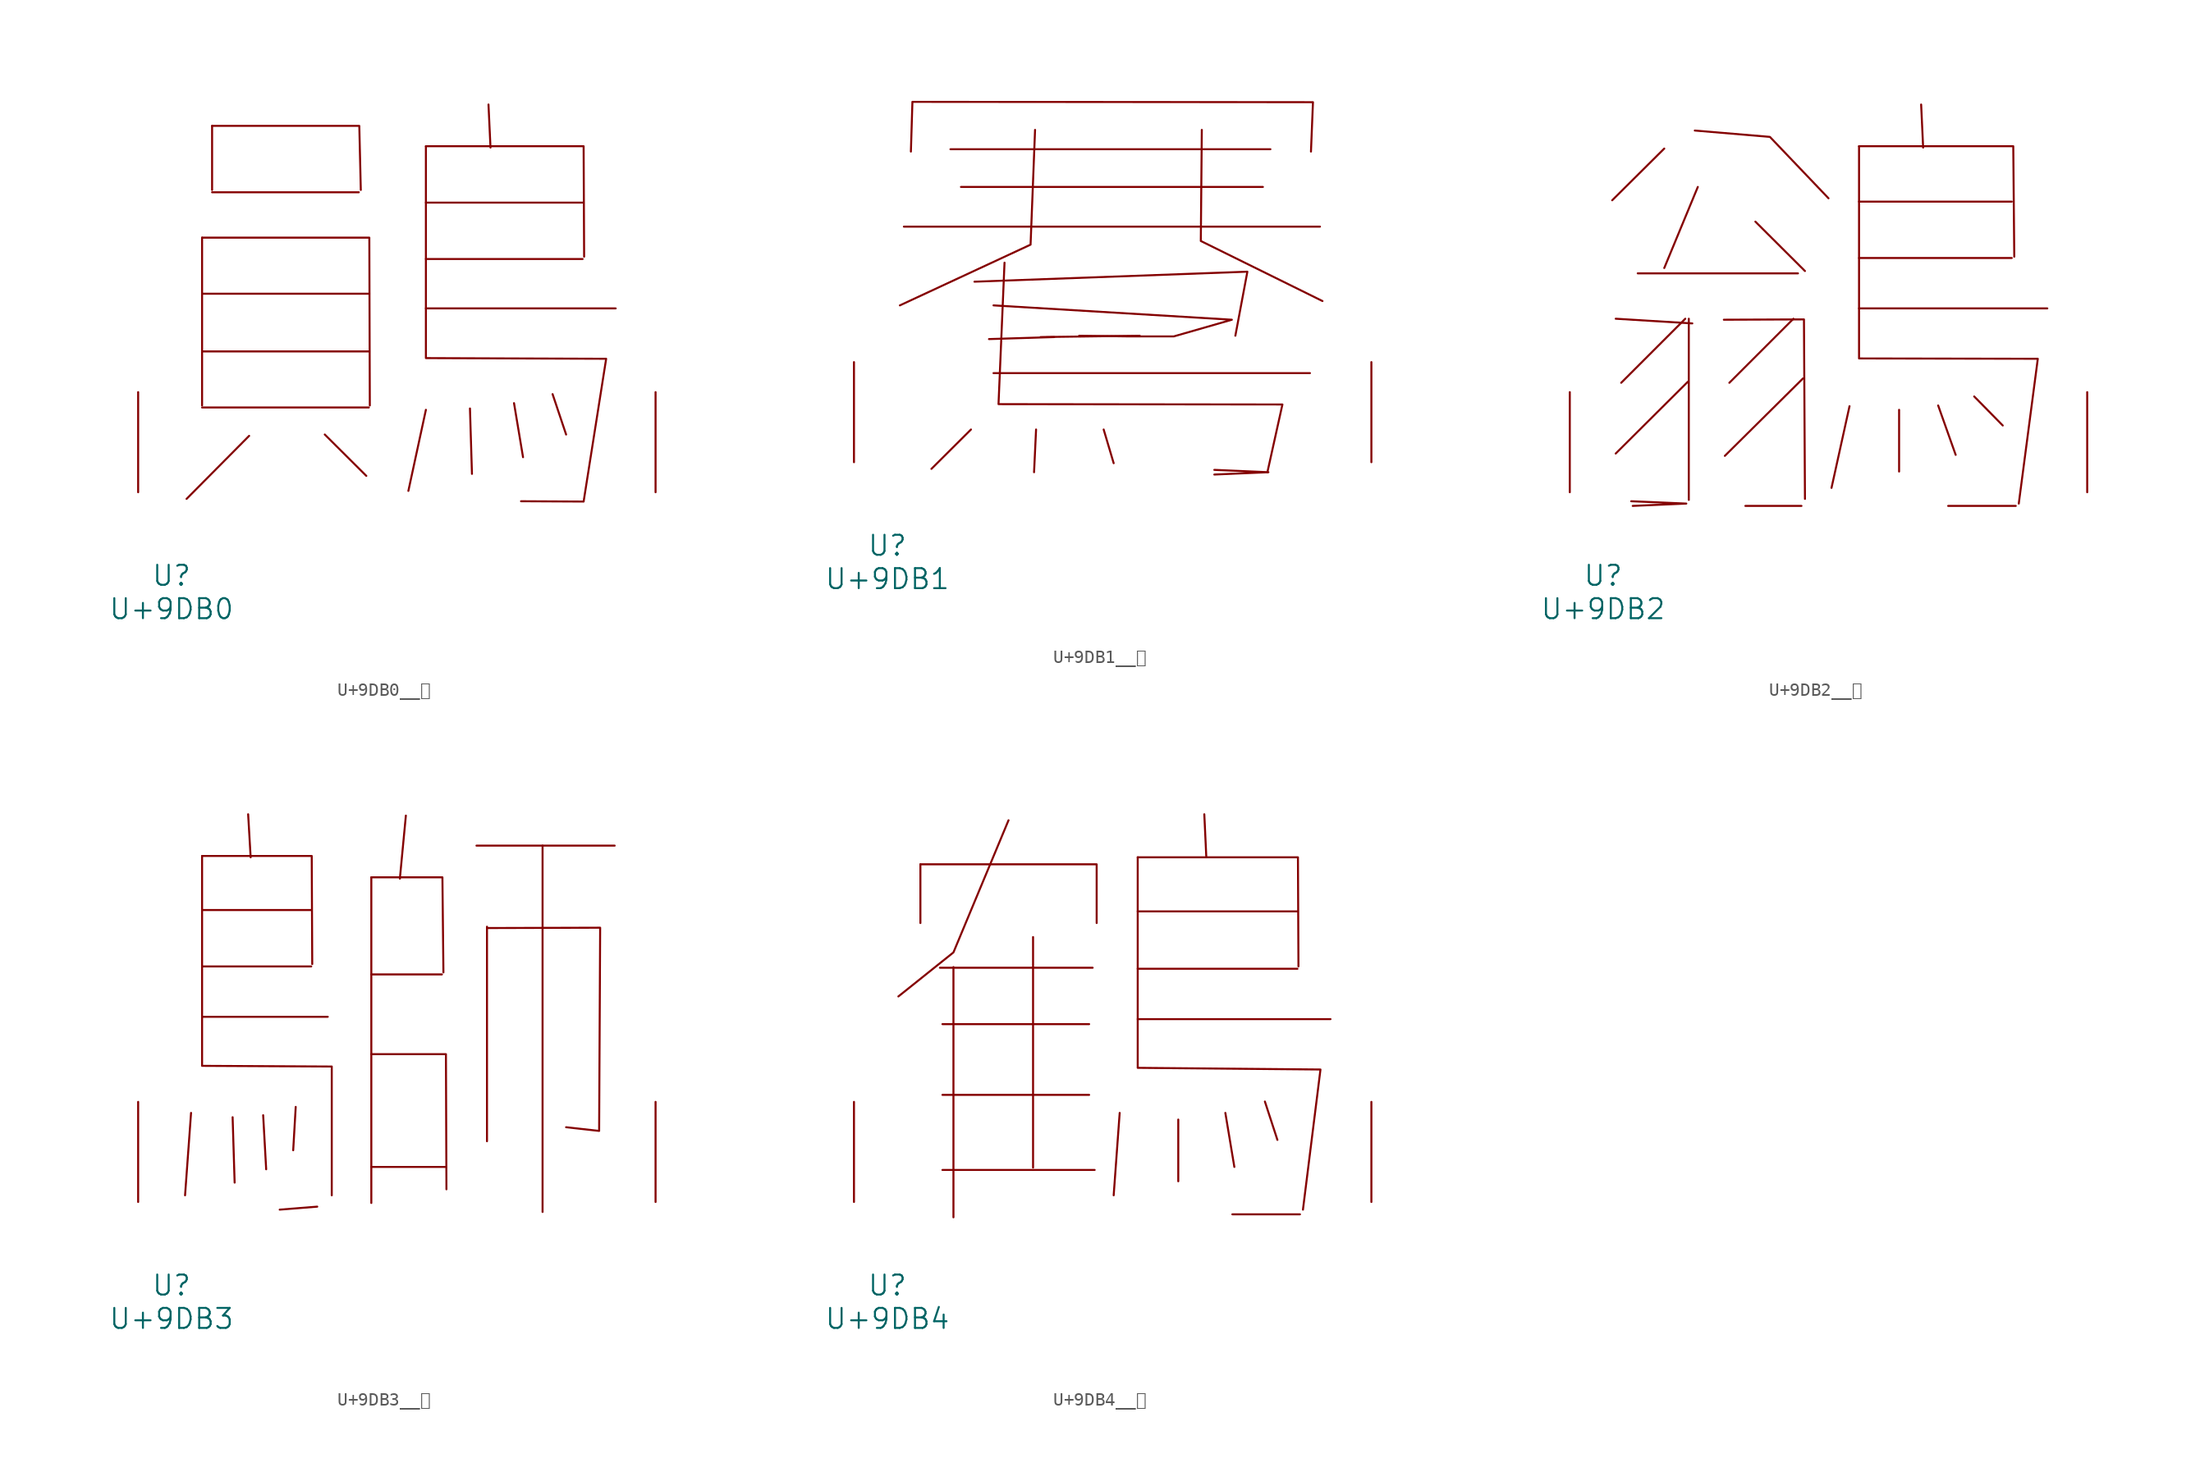
<source format=kicad_sym>
(kicad_symbol_lib
  (version 20231120)
  (generator "kicad_symbol_editor")
  (generator_version "8.0")
  (symbol "U+9DB0__鶰"
    (pin_names
      (offset 1.016))
    (property "Reference" "U"
      (at 0 -6.35 0)
      (effects (font (size 1.524 1.524))))
    (property "Value" "U+9DB0"
      (at 0 -8.89 0)
      (effects (font (size 1.524 1.524))))
    (symbol "U+9DB0__鶰_0_1"
      (polyline (pts (xy 2.324 6.452) (xy 15.011 6.452)) (stroke (width 0) (type solid)) (fill (type none)))
      (polyline (pts (xy 2.324 10.719) (xy 15.011 10.719)) (stroke (width 0) (type solid)) (fill (type none)))
      (polyline (pts (xy 2.324 15.113) (xy 15.011 15.113)) (stroke (width 0) (type solid)) (fill (type none)))
      (polyline (pts (xy 2.324 19.38) (xy 2.324 6.604)) (stroke (width 0) (type solid)) (fill (type none)))
      (polyline (pts (xy 3.086 22.835) (xy 14.249 22.835)) (stroke (width 0) (type solid)) (fill (type none)))
      (polyline (pts (xy 3.086 27.889) (xy 3.086 23.012)) (stroke (width 0) (type solid)) (fill (type none)))
      (polyline (pts (xy 5.905 4.293) (xy 1.143 -0.508)) (stroke (width 0) (type solid)) (fill (type none)))
      (polyline (pts (xy 11.659 4.394) (xy 14.821 1.245)) (stroke (width 0) (type solid)) (fill (type none)))
      (polyline (pts (xy 19.355 6.274) (xy 18.021 0.102)) (stroke (width 0) (type solid)) (fill (type none)))
      (polyline (pts (xy 19.355 13.995) (xy 33.795 13.995)) (stroke (width 0) (type solid)) (fill (type none)))
      (polyline (pts (xy 19.355 17.755) (xy 31.28 17.755)) (stroke (width 0) (type solid)) (fill (type none)))
      (polyline (pts (xy 19.355 22.047) (xy 31.28 22.047)) (stroke (width 0) (type solid)) (fill (type none)))
      (polyline (pts (xy 22.708 6.375) (xy 22.86 1.397)) (stroke (width 0) (type solid)) (fill (type none)))
      (polyline (pts (xy 24.117 29.515) (xy 24.27 26.238)) (stroke (width 0) (type solid)) (fill (type none)))
      (polyline (pts (xy 26.06 6.782) (xy 26.746 2.667)) (stroke (width 0) (type solid)) (fill (type none)))
      (polyline (pts (xy 28.994 7.468) (xy 30.023 4.394)) (stroke (width 0) (type solid)) (fill (type none)))
      (polyline (pts (xy 2.324 19.38) (xy 15.05 19.38) (xy 15.088 6.604)) (stroke (width 0) (type solid)) (fill (type none)))
      (polyline (pts (xy 3.086 27.889) (xy 14.287 27.889) (xy 14.402 23.012)) (stroke (width 0) (type solid)) (fill (type none)))
      (polyline (pts (xy 19.355 26.34) (xy 31.356 26.34) (xy 31.394 17.932)) (stroke (width 0) (type solid)) (fill (type none)))
      (polyline (pts (xy 19.355 26.34) (xy 19.355 10.211) (xy 33.071 10.16) (xy 31.356 -0.711) (xy 26.594 -0.686)) (stroke (width 0) (type solid)) (fill (type none)))
      (pin input line (at -2.54 0 90) (length 7.62) (name "~" (effects (font (size 1.27 1.27)))) (number "~" (effects (font (size 1.27 1.27)))))
      (pin input line (at 36.83 0 90) (length 7.62) (name "~" (effects (font (size 1.27 1.27)))) (number "~" (effects (font (size 1.27 1.27)))))))
  (symbol "U+9DB1__鶱"
    (pin_names
      (offset 1.016))
    (property "Reference" "U"
      (at 0 -6.35 0)
      (effects (font (size 1.524 1.524))))
    (property "Value" "U+9DB1"
      (at 0 -8.89 0)
      (effects (font (size 1.524 1.524))))
    (symbol "U+9DB1__鶱_0_1"
      (polyline (pts (xy 1.257 17.932) (xy 32.918 17.932)) (stroke (width 0) (type solid)) (fill (type none)))
      (polyline (pts (xy 1.905 27.356) (xy 1.791 23.647)) (stroke (width 0) (type solid)) (fill (type none)))
      (polyline (pts (xy 4.801 23.825) (xy 29.146 23.825)) (stroke (width 0) (type solid)) (fill (type none)))
      (polyline (pts (xy 5.601 20.955) (xy 28.575 20.955)) (stroke (width 0) (type solid)) (fill (type none)))
      (polyline (pts (xy 6.363 2.489) (xy 3.353 -0.508)) (stroke (width 0) (type solid)) (fill (type none)))
      (polyline (pts (xy 8.077 6.782) (xy 32.156 6.782)) (stroke (width 0) (type solid)) (fill (type none)))
      (polyline (pts (xy 11.316 2.489) (xy 11.163 -0.762)) (stroke (width 0) (type solid)) (fill (type none)))
      (polyline (pts (xy 12.687 9.525) (xy 7.734 9.373)) (stroke (width 0) (type solid)) (fill (type none)))
      (polyline (pts (xy 16.459 2.489) (xy 17.221 -0.076)) (stroke (width 0) (type solid)) (fill (type none)))
      (polyline (pts (xy 1.905 27.432) (xy 32.385 27.407) (xy 32.233 23.647)) (stroke (width 0) (type solid)) (fill (type none)))
      (polyline (pts (xy 6.629 13.741) (xy 27.394 14.503) (xy 26.48 9.627)) (stroke (width 0) (type solid)) (fill (type none)))
      (polyline (pts (xy 11.239 25.298) (xy 10.897 16.561) (xy 0.953 11.938)) (stroke (width 0) (type solid)) (fill (type none)))
      (polyline (pts (xy 11.659 9.525) (xy 15.431 9.576) (xy 19.202 9.627)) (stroke (width 0) (type solid)) (fill (type none)))
      (polyline (pts (xy 23.927 25.298) (xy 23.851 16.84) (xy 33.109 12.268)) (stroke (width 0) (type solid)) (fill (type none)))
      (polyline (pts (xy 24.879 -0.94) (xy 28.994 -0.762) (xy 24.879 -0.584)) (stroke (width 0) (type solid)) (fill (type none)))
      (polyline (pts (xy 8.915 15.189) (xy 8.458 4.42) (xy 30.061 4.394) (xy 28.918 -0.762)) (stroke (width 0) (type solid)) (fill (type none)))
      (polyline (pts (xy 8.077 11.938) (xy 26.213 10.846) (xy 21.793 9.576) (xy 18.364 9.576) (xy 14.592 9.627)) (stroke (width 0) (type solid)) (fill (type none)))
      (pin input line (at -2.54 0 90) (length 7.62) (name "~" (effects (font (size 1.27 1.27)))) (number "~" (effects (font (size 1.27 1.27)))))
      (pin input line (at 36.83 0 90) (length 7.62) (name "~" (effects (font (size 1.27 1.27)))) (number "~" (effects (font (size 1.27 1.27)))))))
  (symbol "U+9DB2__鶲"
    (pin_names
      (offset 1.016))
    (property "Reference" "U"
      (at 0 -6.35 0)
      (effects (font (size 1.524 1.524))))
    (property "Value" "U+9DB2"
      (at 0 -8.89 0)
      (effects (font (size 1.524 1.524))))
    (symbol "U+9DB2__鶲_0_1"
      (polyline (pts (xy 0.953 13.208) (xy 6.782 12.852)) (stroke (width 0) (type solid)) (fill (type none)))
      (polyline (pts (xy 2.629 16.662) (xy 14.821 16.662)) (stroke (width 0) (type solid)) (fill (type none)))
      (polyline (pts (xy 4.648 26.162) (xy 0.686 22.225)) (stroke (width 0) (type solid)) (fill (type none)))
      (polyline (pts (xy 6.248 13.208) (xy 1.372 8.331)) (stroke (width 0) (type solid)) (fill (type none)))
      (polyline (pts (xy 6.439 8.407) (xy 0.953 2.946)) (stroke (width 0) (type solid)) (fill (type none)))
      (polyline (pts (xy 6.515 13.208) (xy 6.515 -0.584)) (stroke (width 0) (type solid)) (fill (type none)))
      (polyline (pts (xy 7.201 23.241) (xy 4.648 17.069)) (stroke (width 0) (type solid)) (fill (type none)))
      (polyline (pts (xy 10.82 -1.041) (xy 15.088 -1.041)) (stroke (width 0) (type solid)) (fill (type none)))
      (polyline (pts (xy 11.582 20.599) (xy 15.354 16.84)) (stroke (width 0) (type solid)) (fill (type none)))
      (polyline (pts (xy 14.478 13.208) (xy 9.601 8.331)) (stroke (width 0) (type solid)) (fill (type none)))
      (polyline (pts (xy 15.202 8.661) (xy 9.258 2.769)) (stroke (width 0) (type solid)) (fill (type none)))
      (polyline (pts (xy 18.745 6.553) (xy 17.374 0.33)) (stroke (width 0) (type solid)) (fill (type none)))
      (polyline (pts (xy 19.469 13.995) (xy 33.795 13.995)) (stroke (width 0) (type solid)) (fill (type none)))
      (polyline (pts (xy 19.469 17.831) (xy 31.09 17.831)) (stroke (width 0) (type solid)) (fill (type none)))
      (polyline (pts (xy 19.469 22.123) (xy 31.09 22.123)) (stroke (width 0) (type solid)) (fill (type none)))
      (polyline (pts (xy 22.517 6.274) (xy 22.517 1.575)) (stroke (width 0) (type solid)) (fill (type none)))
      (polyline (pts (xy 24.194 29.515) (xy 24.346 26.238)) (stroke (width 0) (type solid)) (fill (type none)))
      (polyline (pts (xy 25.489 6.604) (xy 26.822 2.845)) (stroke (width 0) (type solid)) (fill (type none)))
      (polyline (pts (xy 26.251 -1.041) (xy 31.394 -1.041)) (stroke (width 0) (type solid)) (fill (type none)))
      (polyline (pts (xy 28.232 7.29) (xy 30.404 5.08)) (stroke (width 0) (type solid)) (fill (type none)))
      (polyline (pts (xy 2.248 -1.041) (xy 6.325 -0.864) (xy 2.134 -0.686)) (stroke (width 0) (type solid)) (fill (type none)))
      (polyline (pts (xy 6.972 27.534) (xy 12.687 27.051) (xy 17.145 22.377)) (stroke (width 0) (type solid)) (fill (type none)))
      (polyline (pts (xy 9.182 13.132) (xy 15.278 13.157) (xy 15.354 -0.508)) (stroke (width 0) (type solid)) (fill (type none)))
      (polyline (pts (xy 19.469 26.34) (xy 31.204 26.34) (xy 31.28 17.932)) (stroke (width 0) (type solid)) (fill (type none)))
      (polyline (pts (xy 19.469 26.34) (xy 19.469 10.185) (xy 33.071 10.16) (xy 31.623 -0.864)) (stroke (width 0) (type solid)) (fill (type none)))
      (pin input line (at -2.54 0 90) (length 7.62) (name "~" (effects (font (size 1.27 1.27)))) (number "~" (effects (font (size 1.27 1.27)))))
      (pin input line (at 36.83 0 90) (length 7.62) (name "~" (effects (font (size 1.27 1.27)))) (number "~" (effects (font (size 1.27 1.27)))))))
  (symbol "U+9DB3__鶳"
    (pin_names
      (offset 1.016))
    (property "Reference" "U"
      (at 0 -6.35 0)
      (effects (font (size 1.524 1.524))))
    (property "Value" "U+9DB3"
      (at 0 -8.89 0)
      (effects (font (size 1.524 1.524))))
    (symbol "U+9DB3__鶳_0_1"
      (polyline (pts (xy 1.486 6.782) (xy 1.029 0.508)) (stroke (width 0) (type solid)) (fill (type none)))
      (polyline (pts (xy 2.324 14.097) (xy 11.887 14.097)) (stroke (width 0) (type solid)) (fill (type none)))
      (polyline (pts (xy 2.324 17.932) (xy 10.63 17.932)) (stroke (width 0) (type solid)) (fill (type none)))
      (polyline (pts (xy 2.324 22.225) (xy 10.63 22.225)) (stroke (width 0) (type solid)) (fill (type none)))
      (polyline (pts (xy 4.648 6.452) (xy 4.801 1.473)) (stroke (width 0) (type solid)) (fill (type none)))
      (polyline (pts (xy 5.829 29.515) (xy 6.02 26.238)) (stroke (width 0) (type solid)) (fill (type none)))
      (polyline (pts (xy 6.972 6.604) (xy 7.201 2.489)) (stroke (width 0) (type solid)) (fill (type none)))
      (polyline (pts (xy 9.449 7.239) (xy 9.258 3.937)) (stroke (width 0) (type solid)) (fill (type none)))
      (polyline (pts (xy 11.087 -0.356) (xy 8.23 -0.584)) (stroke (width 0) (type solid)) (fill (type none)))
      (polyline (pts (xy 15.202 2.667) (xy 20.841 2.667)) (stroke (width 0) (type solid)) (fill (type none)))
      (polyline (pts (xy 15.202 17.323) (xy 20.574 17.323)) (stroke (width 0) (type solid)) (fill (type none)))
      (polyline (pts (xy 15.202 24.714) (xy 15.202 -0.076)) (stroke (width 0) (type solid)) (fill (type none)))
      (polyline (pts (xy 17.831 29.413) (xy 17.374 24.613)) (stroke (width 0) (type solid)) (fill (type none)))
      (polyline (pts (xy 23.203 27.127) (xy 33.718 27.127)) (stroke (width 0) (type solid)) (fill (type none)))
      (polyline (pts (xy 24.003 20.955) (xy 24.003 4.623)) (stroke (width 0) (type solid)) (fill (type none)))
      (polyline (pts (xy 28.232 27.127) (xy 28.232 -0.762)) (stroke (width 0) (type solid)) (fill (type none)))
      (polyline (pts (xy 2.324 26.34) (xy 10.668 26.34) (xy 10.706 18.11)) (stroke (width 0) (type solid)) (fill (type none)))
      (polyline (pts (xy 15.202 11.252) (xy 20.879 11.252) (xy 20.917 0.965)) (stroke (width 0) (type solid)) (fill (type none)))
      (polyline (pts (xy 15.202 24.714) (xy 20.612 24.714) (xy 20.688 17.475)) (stroke (width 0) (type solid)) (fill (type none)))
      (polyline (pts (xy 2.324 26.34) (xy 2.324 10.363) (xy 12.192 10.312) (xy 12.192 0.508)) (stroke (width 0) (type solid)) (fill (type none)))
      (polyline (pts (xy 24.003 20.853) (xy 32.614 20.879) (xy 32.537 5.41) (xy 30.023 5.69)) (stroke (width 0) (type solid)) (fill (type none)))
      (pin input line (at -2.54 0 90) (length 7.62) (name "~" (effects (font (size 1.27 1.27)))) (number "~" (effects (font (size 1.27 1.27)))))
      (pin input line (at 36.83 0 90) (length 7.62) (name "~" (effects (font (size 1.27 1.27)))) (number "~" (effects (font (size 1.27 1.27)))))))
  (symbol "U+9DB4__鶴"
    (pin_names
      (offset 1.016))
    (property "Reference" "U"
      (at 0 -6.35 0)
      (effects (font (size 1.524 1.524))))
    (property "Value" "U+9DB4"
      (at 0 -8.89 0)
      (effects (font (size 1.524 1.524))))
    (symbol "U+9DB4__鶴_0_1"
      (polyline (pts (xy 2.515 25.705) (xy 2.515 21.234)) (stroke (width 0) (type solid)) (fill (type none)))
      (polyline (pts (xy 4 17.831) (xy 15.621 17.831)) (stroke (width 0) (type solid)) (fill (type none)))
      (polyline (pts (xy 4.191 2.438) (xy 15.773 2.438)) (stroke (width 0) (type solid)) (fill (type none)))
      (polyline (pts (xy 4.191 8.153) (xy 15.354 8.153)) (stroke (width 0) (type solid)) (fill (type none)))
      (polyline (pts (xy 4.191 13.538) (xy 15.354 13.538)) (stroke (width 0) (type solid)) (fill (type none)))
      (polyline (pts (xy 5.029 17.882) (xy 5.029 -1.168)) (stroke (width 0) (type solid)) (fill (type none)))
      (polyline (pts (xy 11.087 20.168) (xy 11.087 2.616)) (stroke (width 0) (type solid)) (fill (type none)))
      (polyline (pts (xy 17.678 6.782) (xy 17.221 0.508)) (stroke (width 0) (type solid)) (fill (type none)))
      (polyline (pts (xy 19.05 13.919) (xy 33.718 13.919)) (stroke (width 0) (type solid)) (fill (type none)))
      (polyline (pts (xy 19.05 17.755) (xy 31.204 17.755)) (stroke (width 0) (type solid)) (fill (type none)))
      (polyline (pts (xy 19.05 22.123) (xy 31.204 22.123)) (stroke (width 0) (type solid)) (fill (type none)))
      (polyline (pts (xy 22.136 6.274) (xy 22.136 1.575)) (stroke (width 0) (type solid)) (fill (type none)))
      (polyline (pts (xy 24.117 29.515) (xy 24.27 26.238)) (stroke (width 0) (type solid)) (fill (type none)))
      (polyline (pts (xy 25.718 6.782) (xy 26.403 2.667)) (stroke (width 0) (type solid)) (fill (type none)))
      (polyline (pts (xy 26.251 -0.94) (xy 31.394 -0.94)) (stroke (width 0) (type solid)) (fill (type none)))
      (polyline (pts (xy 28.727 7.645) (xy 29.68 4.724)) (stroke (width 0) (type solid)) (fill (type none)))
      (polyline (pts (xy 2.515 25.705) (xy 15.926 25.705) (xy 15.926 21.234)) (stroke (width 0) (type solid)) (fill (type none)))
      (polyline (pts (xy 9.22 29.058) (xy 5.029 18.999) (xy 0.838 15.646)) (stroke (width 0) (type solid)) (fill (type none)))
      (polyline (pts (xy 19.05 26.238) (xy 31.242 26.238) (xy 31.28 17.932)) (stroke (width 0) (type solid)) (fill (type none)))
      (polyline (pts (xy 19.05 26.238) (xy 19.05 10.211) (xy 32.956 10.084) (xy 31.623 -0.584)) (stroke (width 0) (type solid)) (fill (type none)))
      (pin input line (at -2.54 0 90) (length 7.62) (name "~" (effects (font (size 1.27 1.27)))) (number "~" (effects (font (size 1.27 1.27)))))
      (pin input line (at 36.83 0 90) (length 7.62) (name "~" (effects (font (size 1.27 1.27)))) (number "~" (effects (font (size 1.27 1.27))))))))
</source>
